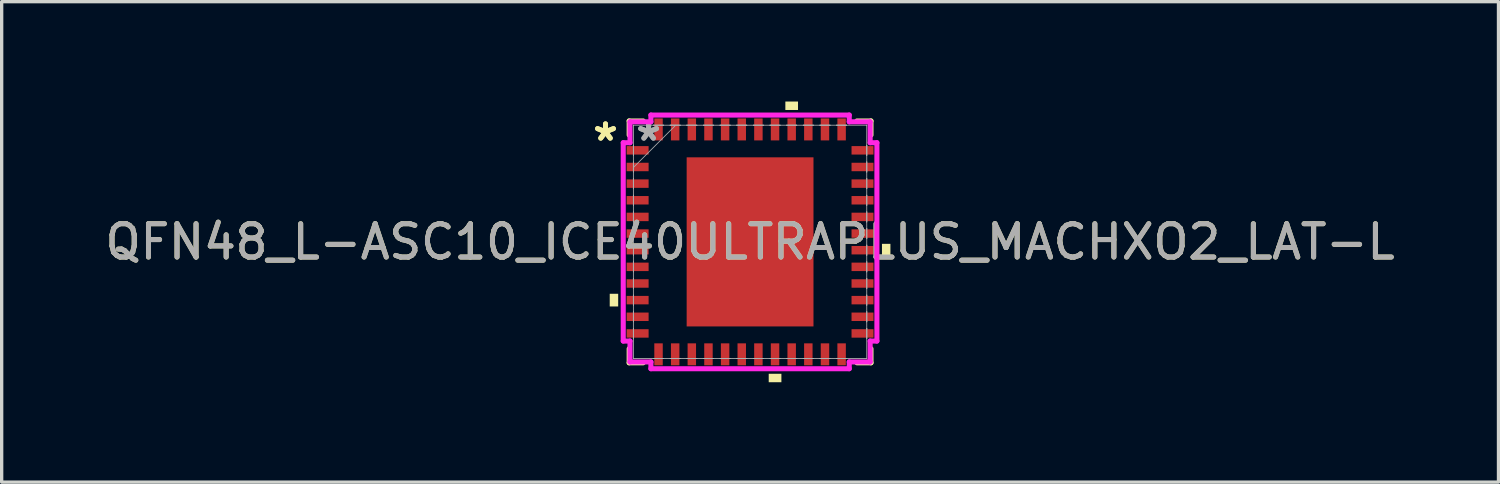
<source format=kicad_pcb>
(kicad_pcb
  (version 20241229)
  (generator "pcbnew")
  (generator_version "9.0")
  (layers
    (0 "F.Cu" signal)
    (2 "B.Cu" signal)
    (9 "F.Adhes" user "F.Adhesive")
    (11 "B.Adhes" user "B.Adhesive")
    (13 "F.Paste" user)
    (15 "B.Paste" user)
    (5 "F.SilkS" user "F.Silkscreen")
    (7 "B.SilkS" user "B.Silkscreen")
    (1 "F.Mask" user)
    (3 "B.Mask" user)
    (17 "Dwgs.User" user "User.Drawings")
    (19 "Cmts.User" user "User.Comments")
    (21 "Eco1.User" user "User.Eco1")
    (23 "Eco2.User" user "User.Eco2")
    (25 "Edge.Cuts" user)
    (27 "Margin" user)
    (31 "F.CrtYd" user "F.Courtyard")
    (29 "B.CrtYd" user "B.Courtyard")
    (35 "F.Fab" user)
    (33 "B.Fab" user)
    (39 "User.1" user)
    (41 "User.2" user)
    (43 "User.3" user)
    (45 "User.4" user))
  (footprint "QFN48_L-ASC10_ICE40ULTRAPLUS_MACHXO2_LAT-L"
    (layer "F.Cu")
    (at 19.482 4.216)
    (property "Reference" "QFN48_L-ASC10_ICE40ULTRAPLUS_MACHXO2_LAT-L" (at 0 0 0) (unlocked yes) (layer "F.SilkS") (effects (font (size 1 1) (thickness 0.15))))
    (attr smd)
    (fp_line (start -3.632 -3.632) (end -3.632 -3.21) (stroke (width 0.152) (type solid)) (layer "F.SilkS"))
    (fp_line (start -3.632 3.21) (end -3.632 3.632) (stroke (width 0.152) (type solid)) (layer "F.SilkS"))
    (fp_line (start -3.632 3.632) (end -3.21 3.632) (stroke (width 0.152) (type solid)) (layer "F.SilkS"))
    (fp_line (start -3.21 -3.632) (end -3.632 -3.632) (stroke (width 0.152) (type solid)) (layer "F.SilkS"))
    (fp_line (start 3.21 3.632) (end 3.632 3.632) (stroke (width 0.152) (type solid)) (layer "F.SilkS"))
    (fp_line (start 3.632 -3.632) (end 3.21 -3.632) (stroke (width 0.152) (type solid)) (layer "F.SilkS"))
    (fp_line (start 3.632 -3.21) (end 3.632 -3.632) (stroke (width 0.152) (type solid)) (layer "F.SilkS"))
    (fp_line (start 3.632 3.632) (end 3.632 3.21) (stroke (width 0.152) (type solid)) (layer "F.SilkS"))
    (fp_poly (pts (xy -4.216 1.559) (xy -4.216 1.94) (xy -3.962 1.94) (xy -3.962 1.559)) (stroke (width 0) (type solid)) (fill yes) (layer "F.SilkS"))
    (fp_poly (pts (xy 0.56 3.962) (xy 0.56 4.216) (xy 0.941 4.216) (xy 0.941 3.962)) (stroke (width 0) (type solid)) (fill yes) (layer "F.SilkS"))
    (fp_poly (pts (xy 1.06 -3.962) (xy 1.06 -4.216) (xy 1.44 -4.216) (xy 1.44 -3.962)) (stroke (width 0) (type solid)) (fill yes) (layer "F.SilkS"))
    (fp_poly (pts (xy 4.216 0.059) (xy 4.216 0.441) (xy 3.962 0.441) (xy 3.962 0.059)) (stroke (width 0) (type solid)) (fill yes) (layer "F.SilkS"))
    (fp_poly (pts (xy -1.805 -2.44) (xy -1.805 -1.37) (xy -0.735 -1.37) (xy -0.735 -2.44)) (stroke (width 0) (type solid)) (fill yes) (layer "F.Paste"))
    (fp_poly (pts (xy -1.805 -1.17) (xy -1.805 -0.1) (xy -0.735 -0.1) (xy -0.735 -1.17)) (stroke (width 0) (type solid)) (fill yes) (layer "F.Paste"))
    (fp_poly (pts (xy -1.805 0.1) (xy -1.805 1.17) (xy -0.735 1.17) (xy -0.735 0.1)) (stroke (width 0) (type solid)) (fill yes) (layer "F.Paste"))
    (fp_poly (pts (xy -1.805 1.37) (xy -1.805 2.44) (xy -0.735 2.44) (xy -0.735 1.37)) (stroke (width 0) (type solid)) (fill yes) (layer "F.Paste"))
    (fp_poly (pts (xy -0.535 -2.44) (xy -0.535 -1.37) (xy 0.535 -1.37) (xy 0.535 -2.44)) (stroke (width 0) (type solid)) (fill yes) (layer "F.Paste"))
    (fp_poly (pts (xy -0.535 -1.17) (xy -0.535 -0.1) (xy 0.535 -0.1) (xy 0.535 -1.17)) (stroke (width 0) (type solid)) (fill yes) (layer "F.Paste"))
    (fp_poly (pts (xy -0.535 0.1) (xy -0.535 1.17) (xy 0.535 1.17) (xy 0.535 0.1)) (stroke (width 0) (type solid)) (fill yes) (layer "F.Paste"))
    (fp_poly (pts (xy -0.535 1.37) (xy -0.535 2.44) (xy 0.535 2.44) (xy 0.535 1.37)) (stroke (width 0) (type solid)) (fill yes) (layer "F.Paste"))
    (fp_poly (pts (xy 0.735 -2.44) (xy 0.735 -1.37) (xy 1.805 -1.37) (xy 1.805 -2.44)) (stroke (width 0) (type solid)) (fill yes) (layer "F.Paste"))
    (fp_poly (pts (xy 0.735 -1.17) (xy 0.735 -0.1) (xy 1.805 -0.1) (xy 1.805 -1.17)) (stroke (width 0) (type solid)) (fill yes) (layer "F.Paste"))
    (fp_poly (pts (xy 0.735 0.1) (xy 0.735 1.17) (xy 1.805 1.17) (xy 1.805 0.1)) (stroke (width 0) (type solid)) (fill yes) (layer "F.Paste"))
    (fp_poly (pts (xy 0.735 1.37) (xy 0.735 2.44) (xy 1.805 2.44) (xy 1.805 1.37)) (stroke (width 0) (type solid)) (fill yes) (layer "F.Paste"))
    (fp_line (start -3.81 -2.979) (end -3.607 -2.979) (stroke (width 0.152) (type solid)) (layer "F.CrtYd"))
    (fp_line (start -3.81 2.979) (end -3.81 -2.979) (stroke (width 0.152) (type solid)) (layer "F.CrtYd"))
    (fp_line (start -3.607 -3.607) (end -2.979 -3.607) (stroke (width 0.152) (type solid)) (layer "F.CrtYd"))
    (fp_line (start -3.607 -2.979) (end -3.607 -3.607) (stroke (width 0.152) (type solid)) (layer "F.CrtYd"))
    (fp_line (start -3.607 2.979) (end -3.81 2.979) (stroke (width 0.152) (type solid)) (layer "F.CrtYd"))
    (fp_line (start -3.607 3.607) (end -3.607 2.979) (stroke (width 0.152) (type solid)) (layer "F.CrtYd"))
    (fp_line (start -2.979 -3.81) (end 2.979 -3.81) (stroke (width 0.152) (type solid)) (layer "F.CrtYd"))
    (fp_line (start -2.979 -3.607) (end -2.979 -3.81) (stroke (width 0.152) (type solid)) (layer "F.CrtYd"))
    (fp_line (start -2.979 3.607) (end -3.607 3.607) (stroke (width 0.152) (type solid)) (layer "F.CrtYd"))
    (fp_line (start -2.979 3.81) (end -2.979 3.607) (stroke (width 0.152) (type solid)) (layer "F.CrtYd"))
    (fp_line (start 2.979 -3.81) (end 2.979 -3.607) (stroke (width 0.152) (type solid)) (layer "F.CrtYd"))
    (fp_line (start 2.979 -3.607) (end 3.607 -3.607) (stroke (width 0.152) (type solid)) (layer "F.CrtYd"))
    (fp_line (start 2.979 3.607) (end 2.979 3.81) (stroke (width 0.152) (type solid)) (layer "F.CrtYd"))
    (fp_line (start 2.979 3.81) (end -2.979 3.81) (stroke (width 0.152) (type solid)) (layer "F.CrtYd"))
    (fp_line (start 3.607 -3.607) (end 3.607 -2.979) (stroke (width 0.152) (type solid)) (layer "F.CrtYd"))
    (fp_line (start 3.607 -2.979) (end 3.81 -2.979) (stroke (width 0.152) (type solid)) (layer "F.CrtYd"))
    (fp_line (start 3.607 2.979) (end 3.607 3.607) (stroke (width 0.152) (type solid)) (layer "F.CrtYd"))
    (fp_line (start 3.607 3.607) (end 2.979 3.607) (stroke (width 0.152) (type solid)) (layer "F.CrtYd"))
    (fp_line (start 3.81 -2.979) (end 3.81 2.979) (stroke (width 0.152) (type solid)) (layer "F.CrtYd"))
    (fp_line (start 3.81 2.979) (end 3.607 2.979) (stroke (width 0.152) (type solid)) (layer "F.CrtYd"))
    (fp_line (start -3.505 -3.505) (end -3.505 -3.505) (stroke (width 0.025) (type solid)) (layer "F.Fab"))
    (fp_line (start -3.505 -3.505) (end -3.505 3.505) (stroke (width 0.025) (type solid)) (layer "F.Fab"))
    (fp_line (start -3.505 -2.902) (end -3.505 -2.902) (stroke (width 0.025) (type solid)) (layer "F.Fab"))
    (fp_line (start -3.505 -2.902) (end -3.505 -2.598) (stroke (width 0.025) (type solid)) (layer "F.Fab"))
    (fp_line (start -3.505 -2.598) (end -3.505 -2.902) (stroke (width 0.025) (type solid)) (layer "F.Fab"))
    (fp_line (start -3.505 -2.598) (end -3.505 -2.598) (stroke (width 0.025) (type solid)) (layer "F.Fab"))
    (fp_line (start -3.505 -2.402) (end -3.505 -2.402) (stroke (width 0.025) (type solid)) (layer "F.Fab"))
    (fp_line (start -3.505 -2.402) (end -3.505 -2.098) (stroke (width 0.025) (type solid)) (layer "F.Fab"))
    (fp_line (start -3.505 -2.235) (end -2.235 -3.505) (stroke (width 0.025) (type solid)) (layer "F.Fab"))
    (fp_line (start -3.505 -2.098) (end -3.505 -2.402) (stroke (width 0.025) (type solid)) (layer "F.Fab"))
    (fp_line (start -3.505 -2.098) (end -3.505 -2.098) (stroke (width 0.025) (type solid)) (layer "F.Fab"))
    (fp_line (start -3.505 -1.902) (end -3.505 -1.902) (stroke (width 0.025) (type solid)) (layer "F.Fab"))
    (fp_line (start -3.505 -1.902) (end -3.505 -1.598) (stroke (width 0.025) (type solid)) (layer "F.Fab"))
    (fp_line (start -3.505 -1.598) (end -3.505 -1.902) (stroke (width 0.025) (type solid)) (layer "F.Fab"))
    (fp_line (start -3.505 -1.598) (end -3.505 -1.598) (stroke (width 0.025) (type solid)) (layer "F.Fab"))
    (fp_line (start -3.505 -1.402) (end -3.505 -1.402) (stroke (width 0.025) (type solid)) (layer "F.Fab"))
    (fp_line (start -3.505 -1.402) (end -3.505 -1.098) (stroke (width 0.025) (type solid)) (layer "F.Fab"))
    (fp_line (start -3.505 -1.098) (end -3.505 -1.402) (stroke (width 0.025) (type solid)) (layer "F.Fab"))
    (fp_line (start -3.505 -1.098) (end -3.505 -1.098) (stroke (width 0.025) (type solid)) (layer "F.Fab"))
    (fp_line (start -3.505 -0.902) (end -3.505 -0.902) (stroke (width 0.025) (type solid)) (layer "F.Fab"))
    (fp_line (start -3.505 -0.902) (end -3.505 -0.598) (stroke (width 0.025) (type solid)) (layer "F.Fab"))
    (fp_line (start -3.505 -0.598) (end -3.505 -0.902) (stroke (width 0.025) (type solid)) (layer "F.Fab"))
    (fp_line (start -3.505 -0.598) (end -3.505 -0.598) (stroke (width 0.025) (type solid)) (layer "F.Fab"))
    (fp_line (start -3.505 -0.402) (end -3.505 -0.402) (stroke (width 0.025) (type solid)) (layer "F.Fab"))
    (fp_line (start -3.505 -0.402) (end -3.505 -0.098) (stroke (width 0.025) (type solid)) (layer "F.Fab"))
    (fp_line (start -3.505 -0.098) (end -3.505 -0.402) (stroke (width 0.025) (type solid)) (layer "F.Fab"))
    (fp_line (start -3.505 -0.098) (end -3.505 -0.098) (stroke (width 0.025) (type solid)) (layer "F.Fab"))
    (fp_line (start -3.505 0.098) (end -3.505 0.098) (stroke (width 0.025) (type solid)) (layer "F.Fab"))
    (fp_line (start -3.505 0.098) (end -3.505 0.402) (stroke (width 0.025) (type solid)) (layer "F.Fab"))
    (fp_line (start -3.505 0.402) (end -3.505 0.098) (stroke (width 0.025) (type solid)) (layer "F.Fab"))
    (fp_line (start -3.505 0.402) (end -3.505 0.402) (stroke (width 0.025) (type solid)) (layer "F.Fab"))
    (fp_line (start -3.505 0.598) (end -3.505 0.598) (stroke (width 0.025) (type solid)) (layer "F.Fab"))
    (fp_line (start -3.505 0.598) (end -3.505 0.902) (stroke (width 0.025) (type solid)) (layer "F.Fab"))
    (fp_line (start -3.505 0.902) (end -3.505 0.598) (stroke (width 0.025) (type solid)) (layer "F.Fab"))
    (fp_line (start -3.505 0.902) (end -3.505 0.902) (stroke (width 0.025) (type solid)) (layer "F.Fab"))
    (fp_line (start -3.505 1.098) (end -3.505 1.098) (stroke (width 0.025) (type solid)) (layer "F.Fab"))
    (fp_line (start -3.505 1.098) (end -3.505 1.402) (stroke (width 0.025) (type solid)) (layer "F.Fab"))
    (fp_line (start -3.505 1.402) (end -3.505 1.098) (stroke (width 0.025) (type solid)) (layer "F.Fab"))
    (fp_line (start -3.505 1.402) (end -3.505 1.402) (stroke (width 0.025) (type solid)) (layer "F.Fab"))
    (fp_line (start -3.505 1.598) (end -3.505 1.598) (stroke (width 0.025) (type solid)) (layer "F.Fab"))
    (fp_line (start -3.505 1.598) (end -3.505 1.902) (stroke (width 0.025) (type solid)) (layer "F.Fab"))
    (fp_line (start -3.505 1.902) (end -3.505 1.598) (stroke (width 0.025) (type solid)) (layer "F.Fab"))
    (fp_line (start -3.505 1.902) (end -3.505 1.902) (stroke (width 0.025) (type solid)) (layer "F.Fab"))
    (fp_line (start -3.505 2.098) (end -3.505 2.098) (stroke (width 0.025) (type solid)) (layer "F.Fab"))
    (fp_line (start -3.505 2.098) (end -3.505 2.402) (stroke (width 0.025) (type solid)) (layer "F.Fab"))
    (fp_line (start -3.505 2.402) (end -3.505 2.098) (stroke (width 0.025) (type solid)) (layer "F.Fab"))
    (fp_line (start -3.505 2.402) (end -3.505 2.402) (stroke (width 0.025) (type solid)) (layer "F.Fab"))
    (fp_line (start -3.505 2.598) (end -3.505 2.598) (stroke (width 0.025) (type solid)) (layer "F.Fab"))
    (fp_line (start -3.505 2.598) (end -3.505 2.902) (stroke (width 0.025) (type solid)) (layer "F.Fab"))
    (fp_line (start -3.505 2.902) (end -3.505 2.598) (stroke (width 0.025) (type solid)) (layer "F.Fab"))
    (fp_line (start -3.505 2.902) (end -3.505 2.902) (stroke (width 0.025) (type solid)) (layer "F.Fab"))
    (fp_line (start -3.505 3.505) (end -3.505 3.505) (stroke (width 0.025) (type solid)) (layer "F.Fab"))
    (fp_line (start -3.505 3.505) (end 3.505 3.505) (stroke (width 0.025) (type solid)) (layer "F.Fab"))
    (fp_line (start -2.902 -3.505) (end -2.902 -3.505) (stroke (width 0.025) (type solid)) (layer "F.Fab"))
    (fp_line (start -2.902 -3.505) (end -2.598 -3.505) (stroke (width 0.025) (type solid)) (layer "F.Fab"))
    (fp_line (start -2.902 3.505) (end -2.902 3.505) (stroke (width 0.025) (type solid)) (layer "F.Fab"))
    (fp_line (start -2.902 3.505) (end -2.598 3.505) (stroke (width 0.025) (type solid)) (layer "F.Fab"))
    (fp_line (start -2.598 -3.505) (end -2.902 -3.505) (stroke (width 0.025) (type solid)) (layer "F.Fab"))
    (fp_line (start -2.598 -3.505) (end -2.598 -3.505) (stroke (width 0.025) (type solid)) (layer "F.Fab"))
    (fp_line (start -2.598 3.505) (end -2.902 3.505) (stroke (width 0.025) (type solid)) (layer "F.Fab"))
    (fp_line (start -2.598 3.505) (end -2.598 3.505) (stroke (width 0.025) (type solid)) (layer "F.Fab"))
    (fp_line (start -2.402 -3.505) (end -2.402 -3.505) (stroke (width 0.025) (type solid)) (layer "F.Fab"))
    (fp_line (start -2.402 -3.505) (end -2.098 -3.505) (stroke (width 0.025) (type solid)) (layer "F.Fab"))
    (fp_line (start -2.402 3.505) (end -2.402 3.505) (stroke (width 0.025) (type solid)) (layer "F.Fab"))
    (fp_line (start -2.402 3.505) (end -2.098 3.505) (stroke (width 0.025) (type solid)) (layer "F.Fab"))
    (fp_line (start -2.098 -3.505) (end -2.402 -3.505) (stroke (width 0.025) (type solid)) (layer "F.Fab"))
    (fp_line (start -2.098 -3.505) (end -2.098 -3.505) (stroke (width 0.025) (type solid)) (layer "F.Fab"))
    (fp_line (start -2.098 3.505) (end -2.402 3.505) (stroke (width 0.025) (type solid)) (layer "F.Fab"))
    (fp_line (start -2.098 3.505) (end -2.098 3.505) (stroke (width 0.025) (type solid)) (layer "F.Fab"))
    (fp_line (start -1.902 -3.505) (end -1.902 -3.505) (stroke (width 0.025) (type solid)) (layer "F.Fab"))
    (fp_line (start -1.902 -3.505) (end -1.598 -3.505) (stroke (width 0.025) (type solid)) (layer "F.Fab"))
    (fp_line (start -1.902 3.505) (end -1.902 3.505) (stroke (width 0.025) (type solid)) (layer "F.Fab"))
    (fp_line (start -1.902 3.505) (end -1.598 3.505) (stroke (width 0.025) (type solid)) (layer "F.Fab"))
    (fp_line (start -1.598 -3.505) (end -1.902 -3.505) (stroke (width 0.025) (type solid)) (layer "F.Fab"))
    (fp_line (start -1.598 -3.505) (end -1.598 -3.505) (stroke (width 0.025) (type solid)) (layer "F.Fab"))
    (fp_line (start -1.598 3.505) (end -1.902 3.505) (stroke (width 0.025) (type solid)) (layer "F.Fab"))
    (fp_line (start -1.598 3.505) (end -1.598 3.505) (stroke (width 0.025) (type solid)) (layer "F.Fab"))
    (fp_line (start -1.402 -3.505) (end -1.402 -3.505) (stroke (width 0.025) (type solid)) (layer "F.Fab"))
    (fp_line (start -1.402 -3.505) (end -1.098 -3.505) (stroke (width 0.025) (type solid)) (layer "F.Fab"))
    (fp_line (start -1.402 3.505) (end -1.402 3.505) (stroke (width 0.025) (type solid)) (layer "F.Fab"))
    (fp_line (start -1.402 3.505) (end -1.098 3.505) (stroke (width 0.025) (type solid)) (layer "F.Fab"))
    (fp_line (start -1.098 -3.505) (end -1.402 -3.505) (stroke (width 0.025) (type solid)) (layer "F.Fab"))
    (fp_line (start -1.098 -3.505) (end -1.098 -3.505) (stroke (width 0.025) (type solid)) (layer "F.Fab"))
    (fp_line (start -1.098 3.505) (end -1.402 3.505) (stroke (width 0.025) (type solid)) (layer "F.Fab"))
    (fp_line (start -1.098 3.505) (end -1.098 3.505) (stroke (width 0.025) (type solid)) (layer "F.Fab"))
    (fp_line (start -0.902 -3.505) (end -0.902 -3.505) (stroke (width 0.025) (type solid)) (layer "F.Fab"))
    (fp_line (start -0.902 -3.505) (end -0.598 -3.505) (stroke (width 0.025) (type solid)) (layer "F.Fab"))
    (fp_line (start -0.902 3.505) (end -0.902 3.505) (stroke (width 0.025) (type solid)) (layer "F.Fab"))
    (fp_line (start -0.902 3.505) (end -0.598 3.505) (stroke (width 0.025) (type solid)) (layer "F.Fab"))
    (fp_line (start -0.598 -3.505) (end -0.902 -3.505) (stroke (width 0.025) (type solid)) (layer "F.Fab"))
    (fp_line (start -0.598 -3.505) (end -0.598 -3.505) (stroke (width 0.025) (type solid)) (layer "F.Fab"))
    (fp_line (start -0.598 3.505) (end -0.902 3.505) (stroke (width 0.025) (type solid)) (layer "F.Fab"))
    (fp_line (start -0.598 3.505) (end -0.598 3.505) (stroke (width 0.025) (type solid)) (layer "F.Fab"))
    (fp_line (start -0.402 -3.505) (end -0.402 -3.505) (stroke (width 0.025) (type solid)) (layer "F.Fab"))
    (fp_line (start -0.402 -3.505) (end -0.098 -3.505) (stroke (width 0.025) (type solid)) (layer "F.Fab"))
    (fp_line (start -0.402 3.505) (end -0.402 3.505) (stroke (width 0.025) (type solid)) (layer "F.Fab"))
    (fp_line (start -0.402 3.505) (end -0.098 3.505) (stroke (width 0.025) (type solid)) (layer "F.Fab"))
    (fp_line (start -0.098 -3.505) (end -0.402 -3.505) (stroke (width 0.025) (type solid)) (layer "F.Fab"))
    (fp_line (start -0.098 -3.505) (end -0.098 -3.505) (stroke (width 0.025) (type solid)) (layer "F.Fab"))
    (fp_line (start -0.098 3.505) (end -0.402 3.505) (stroke (width 0.025) (type solid)) (layer "F.Fab"))
    (fp_line (start -0.098 3.505) (end -0.098 3.505) (stroke (width 0.025) (type solid)) (layer "F.Fab"))
    (fp_line (start 0.098 -3.505) (end 0.098 -3.505) (stroke (width 0.025) (type solid)) (layer "F.Fab"))
    (fp_line (start 0.098 -3.505) (end 0.402 -3.505) (stroke (width 0.025) (type solid)) (layer "F.Fab"))
    (fp_line (start 0.098 3.505) (end 0.098 3.505) (stroke (width 0.025) (type solid)) (layer "F.Fab"))
    (fp_line (start 0.098 3.505) (end 0.402 3.505) (stroke (width 0.025) (type solid)) (layer "F.Fab"))
    (fp_line (start 0.402 -3.505) (end 0.098 -3.505) (stroke (width 0.025) (type solid)) (layer "F.Fab"))
    (fp_line (start 0.402 -3.505) (end 0.402 -3.505) (stroke (width 0.025) (type solid)) (layer "F.Fab"))
    (fp_line (start 0.402 3.505) (end 0.098 3.505) (stroke (width 0.025) (type solid)) (layer "F.Fab"))
    (fp_line (start 0.402 3.505) (end 0.402 3.505) (stroke (width 0.025) (type solid)) (layer "F.Fab"))
    (fp_line (start 0.598 -3.505) (end 0.598 -3.505) (stroke (width 0.025) (type solid)) (layer "F.Fab"))
    (fp_line (start 0.598 -3.505) (end 0.902 -3.505) (stroke (width 0.025) (type solid)) (layer "F.Fab"))
    (fp_line (start 0.598 3.505) (end 0.598 3.505) (stroke (width 0.025) (type solid)) (layer "F.Fab"))
    (fp_line (start 0.598 3.505) (end 0.902 3.505) (stroke (width 0.025) (type solid)) (layer "F.Fab"))
    (fp_line (start 0.902 -3.505) (end 0.598 -3.505) (stroke (width 0.025) (type solid)) (layer "F.Fab"))
    (fp_line (start 0.902 -3.505) (end 0.902 -3.505) (stroke (width 0.025) (type solid)) (layer "F.Fab"))
    (fp_line (start 0.902 3.505) (end 0.598 3.505) (stroke (width 0.025) (type solid)) (layer "F.Fab"))
    (fp_line (start 0.902 3.505) (end 0.902 3.505) (stroke (width 0.025) (type solid)) (layer "F.Fab"))
    (fp_line (start 1.098 -3.505) (end 1.098 -3.505) (stroke (width 0.025) (type solid)) (layer "F.Fab"))
    (fp_line (start 1.098 -3.505) (end 1.402 -3.505) (stroke (width 0.025) (type solid)) (layer "F.Fab"))
    (fp_line (start 1.098 3.505) (end 1.098 3.505) (stroke (width 0.025) (type solid)) (layer "F.Fab"))
    (fp_line (start 1.098 3.505) (end 1.402 3.505) (stroke (width 0.025) (type solid)) (layer "F.Fab"))
    (fp_line (start 1.402 -3.505) (end 1.098 -3.505) (stroke (width 0.025) (type solid)) (layer "F.Fab"))
    (fp_line (start 1.402 -3.505) (end 1.402 -3.505) (stroke (width 0.025) (type solid)) (layer "F.Fab"))
    (fp_line (start 1.402 3.505) (end 1.098 3.505) (stroke (width 0.025) (type solid)) (layer "F.Fab"))
    (fp_line (start 1.402 3.505) (end 1.402 3.505) (stroke (width 0.025) (type solid)) (layer "F.Fab"))
    (fp_line (start 1.598 -3.505) (end 1.598 -3.505) (stroke (width 0.025) (type solid)) (layer "F.Fab"))
    (fp_line (start 1.598 -3.505) (end 1.902 -3.505) (stroke (width 0.025) (type solid)) (layer "F.Fab"))
    (fp_line (start 1.598 3.505) (end 1.598 3.505) (stroke (width 0.025) (type solid)) (layer "F.Fab"))
    (fp_line (start 1.598 3.505) (end 1.902 3.505) (stroke (width 0.025) (type solid)) (layer "F.Fab"))
    (fp_line (start 1.902 -3.505) (end 1.598 -3.505) (stroke (width 0.025) (type solid)) (layer "F.Fab"))
    (fp_line (start 1.902 -3.505) (end 1.902 -3.505) (stroke (width 0.025) (type solid)) (layer "F.Fab"))
    (fp_line (start 1.902 3.505) (end 1.598 3.505) (stroke (width 0.025) (type solid)) (layer "F.Fab"))
    (fp_line (start 1.902 3.505) (end 1.902 3.505) (stroke (width 0.025) (type solid)) (layer "F.Fab"))
    (fp_line (start 2.098 -3.505) (end 2.098 -3.505) (stroke (width 0.025) (type solid)) (layer "F.Fab"))
    (fp_line (start 2.098 -3.505) (end 2.402 -3.505) (stroke (width 0.025) (type solid)) (layer "F.Fab"))
    (fp_line (start 2.098 3.505) (end 2.098 3.505) (stroke (width 0.025) (type solid)) (layer "F.Fab"))
    (fp_line (start 2.098 3.505) (end 2.402 3.505) (stroke (width 0.025) (type solid)) (layer "F.Fab"))
    (fp_line (start 2.402 -3.505) (end 2.098 -3.505) (stroke (width 0.025) (type solid)) (layer "F.Fab"))
    (fp_line (start 2.402 -3.505) (end 2.402 -3.505) (stroke (width 0.025) (type solid)) (layer "F.Fab"))
    (fp_line (start 2.402 3.505) (end 2.098 3.505) (stroke (width 0.025) (type solid)) (layer "F.Fab"))
    (fp_line (start 2.402 3.505) (end 2.402 3.505) (stroke (width 0.025) (type solid)) (layer "F.Fab"))
    (fp_line (start 2.598 -3.505) (end 2.598 -3.505) (stroke (width 0.025) (type solid)) (layer "F.Fab"))
    (fp_line (start 2.598 -3.505) (end 2.902 -3.505) (stroke (width 0.025) (type solid)) (layer "F.Fab"))
    (fp_line (start 2.598 3.505) (end 2.598 3.505) (stroke (width 0.025) (type solid)) (layer "F.Fab"))
    (fp_line (start 2.598 3.505) (end 2.902 3.505) (stroke (width 0.025) (type solid)) (layer "F.Fab"))
    (fp_line (start 2.902 -3.505) (end 2.598 -3.505) (stroke (width 0.025) (type solid)) (layer "F.Fab"))
    (fp_line (start 2.902 -3.505) (end 2.902 -3.505) (stroke (width 0.025) (type solid)) (layer "F.Fab"))
    (fp_line (start 2.902 3.505) (end 2.598 3.505) (stroke (width 0.025) (type solid)) (layer "F.Fab"))
    (fp_line (start 2.902 3.505) (end 2.902 3.505) (stroke (width 0.025) (type solid)) (layer "F.Fab"))
    (fp_line (start 3.505 -3.505) (end -3.505 -3.505) (stroke (width 0.025) (type solid)) (layer "F.Fab"))
    (fp_line (start 3.505 -3.505) (end 3.505 -3.505) (stroke (width 0.025) (type solid)) (layer "F.Fab"))
    (fp_line (start 3.505 -2.902) (end 3.505 -2.902) (stroke (width 0.025) (type solid)) (layer "F.Fab"))
    (fp_line (start 3.505 -2.902) (end 3.505 -2.598) (stroke (width 0.025) (type solid)) (layer "F.Fab"))
    (fp_line (start 3.505 -2.598) (end 3.505 -2.902) (stroke (width 0.025) (type solid)) (layer "F.Fab"))
    (fp_line (start 3.505 -2.598) (end 3.505 -2.598) (stroke (width 0.025) (type solid)) (layer "F.Fab"))
    (fp_line (start 3.505 -2.402) (end 3.505 -2.402) (stroke (width 0.025) (type solid)) (layer "F.Fab"))
    (fp_line (start 3.505 -2.402) (end 3.505 -2.098) (stroke (width 0.025) (type solid)) (layer "F.Fab"))
    (fp_line (start 3.505 -2.098) (end 3.505 -2.402) (stroke (width 0.025) (type solid)) (layer "F.Fab"))
    (fp_line (start 3.505 -2.098) (end 3.505 -2.098) (stroke (width 0.025) (type solid)) (layer "F.Fab"))
    (fp_line (start 3.505 -1.902) (end 3.505 -1.902) (stroke (width 0.025) (type solid)) (layer "F.Fab"))
    (fp_line (start 3.505 -1.902) (end 3.505 -1.598) (stroke (width 0.025) (type solid)) (layer "F.Fab"))
    (fp_line (start 3.505 -1.598) (end 3.505 -1.902) (stroke (width 0.025) (type solid)) (layer "F.Fab"))
    (fp_line (start 3.505 -1.598) (end 3.505 -1.598) (stroke (width 0.025) (type solid)) (layer "F.Fab"))
    (fp_line (start 3.505 -1.402) (end 3.505 -1.402) (stroke (width 0.025) (type solid)) (layer "F.Fab"))
    (fp_line (start 3.505 -1.402) (end 3.505 -1.098) (stroke (width 0.025) (type solid)) (layer "F.Fab"))
    (fp_line (start 3.505 -1.098) (end 3.505 -1.402) (stroke (width 0.025) (type solid)) (layer "F.Fab"))
    (fp_line (start 3.505 -1.098) (end 3.505 -1.098) (stroke (width 0.025) (type solid)) (layer "F.Fab"))
    (fp_line (start 3.505 -0.902) (end 3.505 -0.902) (stroke (width 0.025) (type solid)) (layer "F.Fab"))
    (fp_line (start 3.505 -0.902) (end 3.505 -0.598) (stroke (width 0.025) (type solid)) (layer "F.Fab"))
    (fp_line (start 3.505 -0.598) (end 3.505 -0.902) (stroke (width 0.025) (type solid)) (layer "F.Fab"))
    (fp_line (start 3.505 -0.598) (end 3.505 -0.598) (stroke (width 0.025) (type solid)) (layer "F.Fab"))
    (fp_line (start 3.505 -0.402) (end 3.505 -0.402) (stroke (width 0.025) (type solid)) (layer "F.Fab"))
    (fp_line (start 3.505 -0.402) (end 3.505 -0.098) (stroke (width 0.025) (type solid)) (layer "F.Fab"))
    (fp_line (start 3.505 -0.098) (end 3.505 -0.402) (stroke (width 0.025) (type solid)) (layer "F.Fab"))
    (fp_line (start 3.505 -0.098) (end 3.505 -0.098) (stroke (width 0.025) (type solid)) (layer "F.Fab"))
    (fp_line (start 3.505 0.098) (end 3.505 0.098) (stroke (width 0.025) (type solid)) (layer "F.Fab"))
    (fp_line (start 3.505 0.098) (end 3.505 0.402) (stroke (width 0.025) (type solid)) (layer "F.Fab"))
    (fp_line (start 3.505 0.402) (end 3.505 0.098) (stroke (width 0.025) (type solid)) (layer "F.Fab"))
    (fp_line (start 3.505 0.402) (end 3.505 0.402) (stroke (width 0.025) (type solid)) (layer "F.Fab"))
    (fp_line (start 3.505 0.598) (end 3.505 0.598) (stroke (width 0.025) (type solid)) (layer "F.Fab"))
    (fp_line (start 3.505 0.598) (end 3.505 0.902) (stroke (width 0.025) (type solid)) (layer "F.Fab"))
    (fp_line (start 3.505 0.902) (end 3.505 0.598) (stroke (width 0.025) (type solid)) (layer "F.Fab"))
    (fp_line (start 3.505 0.902) (end 3.505 0.902) (stroke (width 0.025) (type solid)) (layer "F.Fab"))
    (fp_line (start 3.505 1.098) (end 3.505 1.098) (stroke (width 0.025) (type solid)) (layer "F.Fab"))
    (fp_line (start 3.505 1.098) (end 3.505 1.402) (stroke (width 0.025) (type solid)) (layer "F.Fab"))
    (fp_line (start 3.505 1.402) (end 3.505 1.098) (stroke (width 0.025) (type solid)) (layer "F.Fab"))
    (fp_line (start 3.505 1.402) (end 3.505 1.402) (stroke (width 0.025) (type solid)) (layer "F.Fab"))
    (fp_line (start 3.505 1.598) (end 3.505 1.598) (stroke (width 0.025) (type solid)) (layer "F.Fab"))
    (fp_line (start 3.505 1.598) (end 3.505 1.902) (stroke (width 0.025) (type solid)) (layer "F.Fab"))
    (fp_line (start 3.505 1.902) (end 3.505 1.598) (stroke (width 0.025) (type solid)) (layer "F.Fab"))
    (fp_line (start 3.505 1.902) (end 3.505 1.902) (stroke (width 0.025) (type solid)) (layer "F.Fab"))
    (fp_line (start 3.505 2.098) (end 3.505 2.098) (stroke (width 0.025) (type solid)) (layer "F.Fab"))
    (fp_line (start 3.505 2.098) (end 3.505 2.402) (stroke (width 0.025) (type solid)) (layer "F.Fab"))
    (fp_line (start 3.505 2.402) (end 3.505 2.098) (stroke (width 0.025) (type solid)) (layer "F.Fab"))
    (fp_line (start 3.505 2.402) (end 3.505 2.402) (stroke (width 0.025) (type solid)) (layer "F.Fab"))
    (fp_line (start 3.505 2.598) (end 3.505 2.598) (stroke (width 0.025) (type solid)) (layer "F.Fab"))
    (fp_line (start 3.505 2.598) (end 3.505 2.902) (stroke (width 0.025) (type solid)) (layer "F.Fab"))
    (fp_line (start 3.505 2.902) (end 3.505 2.598) (stroke (width 0.025) (type solid)) (layer "F.Fab"))
    (fp_line (start 3.505 2.902) (end 3.505 2.902) (stroke (width 0.025) (type solid)) (layer "F.Fab"))
    (fp_line (start 3.505 3.505) (end 3.505 -3.505) (stroke (width 0.025) (type solid)) (layer "F.Fab"))
    (fp_line (start 3.505 3.505) (end 3.505 3.505) (stroke (width 0.025) (type solid)) (layer "F.Fab"))
    (fp_text user "*" (at -4.343 -3 0) (layer "F.SilkS") (effects (font (size 1 1) (thickness 0.15))))
    (fp_text user "*" (at -4.343 -3 0) (unlocked yes) (layer "F.SilkS") (effects (font (size 1 1) (thickness 0.15))))
    (fp_text user "*" (at -3.048 -3 0) (layer "F.Fab") (effects (font (size 1 1) (thickness 0.15))))
    (fp_text user "${REFERENCE}" (at 0 0 0) (unlocked yes) (layer "F.Fab") (effects (font (size 1 1) (thickness 0.15))))
    (fp_text user "*" (at -3.048 -3 0) (unlocked yes) (layer "F.Fab") (effects (font (size 1 1) (thickness 0.15))))
    (pad "1" smd rect (at -3.378 -2.75 90) (size 0.254 0.66) (layers "F.Cu" "F.Mask" "F.Paste"))
    (pad "2" smd rect (at -3.378 -2.25 90) (size 0.254 0.66) (layers "F.Cu" "F.Mask" "F.Paste"))
    (pad "3" smd rect (at -3.378 -1.75 90) (size 0.254 0.66) (layers "F.Cu" "F.Mask" "F.Paste"))
    (pad "4" smd rect (at -3.378 -1.25 90) (size 0.254 0.66) (layers "F.Cu" "F.Mask" "F.Paste"))
    (pad "5" smd rect (at -3.378 -0.75 90) (size 0.254 0.66) (layers "F.Cu" "F.Mask" "F.Paste"))
    (pad "6" smd rect (at -3.378 -0.25 90) (size 0.254 0.66) (layers "F.Cu" "F.Mask" "F.Paste"))
    (pad "7" smd rect (at -3.378 0.25 90) (size 0.254 0.66) (layers "F.Cu" "F.Mask" "F.Paste"))
    (pad "8" smd rect (at -3.378 0.75 90) (size 0.254 0.66) (layers "F.Cu" "F.Mask" "F.Paste"))
    (pad "9" smd rect (at -3.378 1.25 90) (size 0.254 0.66) (layers "F.Cu" "F.Mask" "F.Paste"))
    (pad "10" smd rect (at -3.378 1.75 90) (size 0.254 0.66) (layers "F.Cu" "F.Mask" "F.Paste"))
    (pad "11" smd rect (at -3.378 2.25 90) (size 0.254 0.66) (layers "F.Cu" "F.Mask" "F.Paste"))
    (pad "12" smd rect (at -3.378 2.75 90) (size 0.254 0.66) (layers "F.Cu" "F.Mask" "F.Paste"))
    (pad "13" smd rect (at -2.75 3.378) (size 0.254 0.66) (layers "F.Cu" "F.Mask" "F.Paste"))
    (pad "14" smd rect (at -2.25 3.378) (size 0.254 0.66) (layers "F.Cu" "F.Mask" "F.Paste"))
    (pad "15" smd rect (at -1.75 3.378) (size 0.254 0.66) (layers "F.Cu" "F.Mask" "F.Paste"))
    (pad "16" smd rect (at -1.25 3.378) (size 0.254 0.66) (layers "F.Cu" "F.Mask" "F.Paste"))
    (pad "17" smd rect (at -0.75 3.378) (size 0.254 0.66) (layers "F.Cu" "F.Mask" "F.Paste"))
    (pad "18" smd rect (at -0.25 3.378) (size 0.254 0.66) (layers "F.Cu" "F.Mask" "F.Paste"))
    (pad "19" smd rect (at 0.25 3.378) (size 0.254 0.66) (layers "F.Cu" "F.Mask" "F.Paste"))
    (pad "20" smd rect (at 0.75 3.378) (size 0.254 0.66) (layers "F.Cu" "F.Mask" "F.Paste"))
    (pad "21" smd rect (at 1.25 3.378) (size 0.254 0.66) (layers "F.Cu" "F.Mask" "F.Paste"))
    (pad "22" smd rect (at 1.75 3.378) (size 0.254 0.66) (layers "F.Cu" "F.Mask" "F.Paste"))
    (pad "23" smd rect (at 2.25 3.378) (size 0.254 0.66) (layers "F.Cu" "F.Mask" "F.Paste"))
    (pad "24" smd rect (at 2.75 3.378) (size 0.254 0.66) (layers "F.Cu" "F.Mask" "F.Paste"))
    (pad "25" smd rect (at 3.378 2.75 90) (size 0.254 0.66) (layers "F.Cu" "F.Mask" "F.Paste"))
    (pad "26" smd rect (at 3.378 2.25 90) (size 0.254 0.66) (layers "F.Cu" "F.Mask" "F.Paste"))
    (pad "27" smd rect (at 3.378 1.75 90) (size 0.254 0.66) (layers "F.Cu" "F.Mask" "F.Paste"))
    (pad "28" smd rect (at 3.378 1.25 90) (size 0.254 0.66) (layers "F.Cu" "F.Mask" "F.Paste"))
    (pad "29" smd rect (at 3.378 0.75 90) (size 0.254 0.66) (layers "F.Cu" "F.Mask" "F.Paste"))
    (pad "30" smd rect (at 3.378 0.25 90) (size 0.254 0.66) (layers "F.Cu" "F.Mask" "F.Paste"))
    (pad "31" smd rect (at 3.378 -0.25 90) (size 0.254 0.66) (layers "F.Cu" "F.Mask" "F.Paste"))
    (pad "32" smd rect (at 3.378 -0.75 90) (size 0.254 0.66) (layers "F.Cu" "F.Mask" "F.Paste"))
    (pad "33" smd rect (at 3.378 -1.25 90) (size 0.254 0.66) (layers "F.Cu" "F.Mask" "F.Paste"))
    (pad "34" smd rect (at 3.378 -1.75 90) (size 0.254 0.66) (layers "F.Cu" "F.Mask" "F.Paste"))
    (pad "35" smd rect (at 3.378 -2.25 90) (size 0.254 0.66) (layers "F.Cu" "F.Mask" "F.Paste"))
    (pad "36" smd rect (at 3.378 -2.75 90) (size 0.254 0.66) (layers "F.Cu" "F.Mask" "F.Paste"))
    (pad "37" smd rect (at 2.75 -3.378) (size 0.254 0.66) (layers "F.Cu" "F.Mask" "F.Paste"))
    (pad "38" smd rect (at 2.25 -3.378) (size 0.254 0.66) (layers "F.Cu" "F.Mask" "F.Paste"))
    (pad "39" smd rect (at 1.75 -3.378) (size 0.254 0.66) (layers "F.Cu" "F.Mask" "F.Paste"))
    (pad "40" smd rect (at 1.25 -3.378) (size 0.254 0.66) (layers "F.Cu" "F.Mask" "F.Paste"))
    (pad "41" smd rect (at 0.75 -3.378) (size 0.254 0.66) (layers "F.Cu" "F.Mask" "F.Paste"))
    (pad "42" smd rect (at 0.25 -3.378) (size 0.254 0.66) (layers "F.Cu" "F.Mask" "F.Paste"))
    (pad "43" smd rect (at -0.25 -3.378) (size 0.254 0.66) (layers "F.Cu" "F.Mask" "F.Paste"))
    (pad "44" smd rect (at -0.75 -3.378) (size 0.254 0.66) (layers "F.Cu" "F.Mask" "F.Paste"))
    (pad "45" smd rect (at -1.25 -3.378) (size 0.254 0.66) (layers "F.Cu" "F.Mask" "F.Paste"))
    (pad "46" smd rect (at -1.75 -3.378) (size 0.254 0.66) (layers "F.Cu" "F.Mask" "F.Paste"))
    (pad "47" smd rect (at -2.25 -3.378) (size 0.254 0.66) (layers "F.Cu" "F.Mask" "F.Paste"))
    (pad "48" smd rect (at -2.75 -3.378) (size 0.254 0.66) (layers "F.Cu" "F.Mask" "F.Paste"))
    (pad "49" smd rect (at 0 0) (size 3.81 5.08) (layers "F.Cu" "F.Mask" "F.Paste")))
  (gr_rect
    (start -3 -3)
    (end 41.964 11.433)
    (stroke (width 0.1) (type default))
    (fill no)
    (layer "Edge.Cuts")))
</source>
